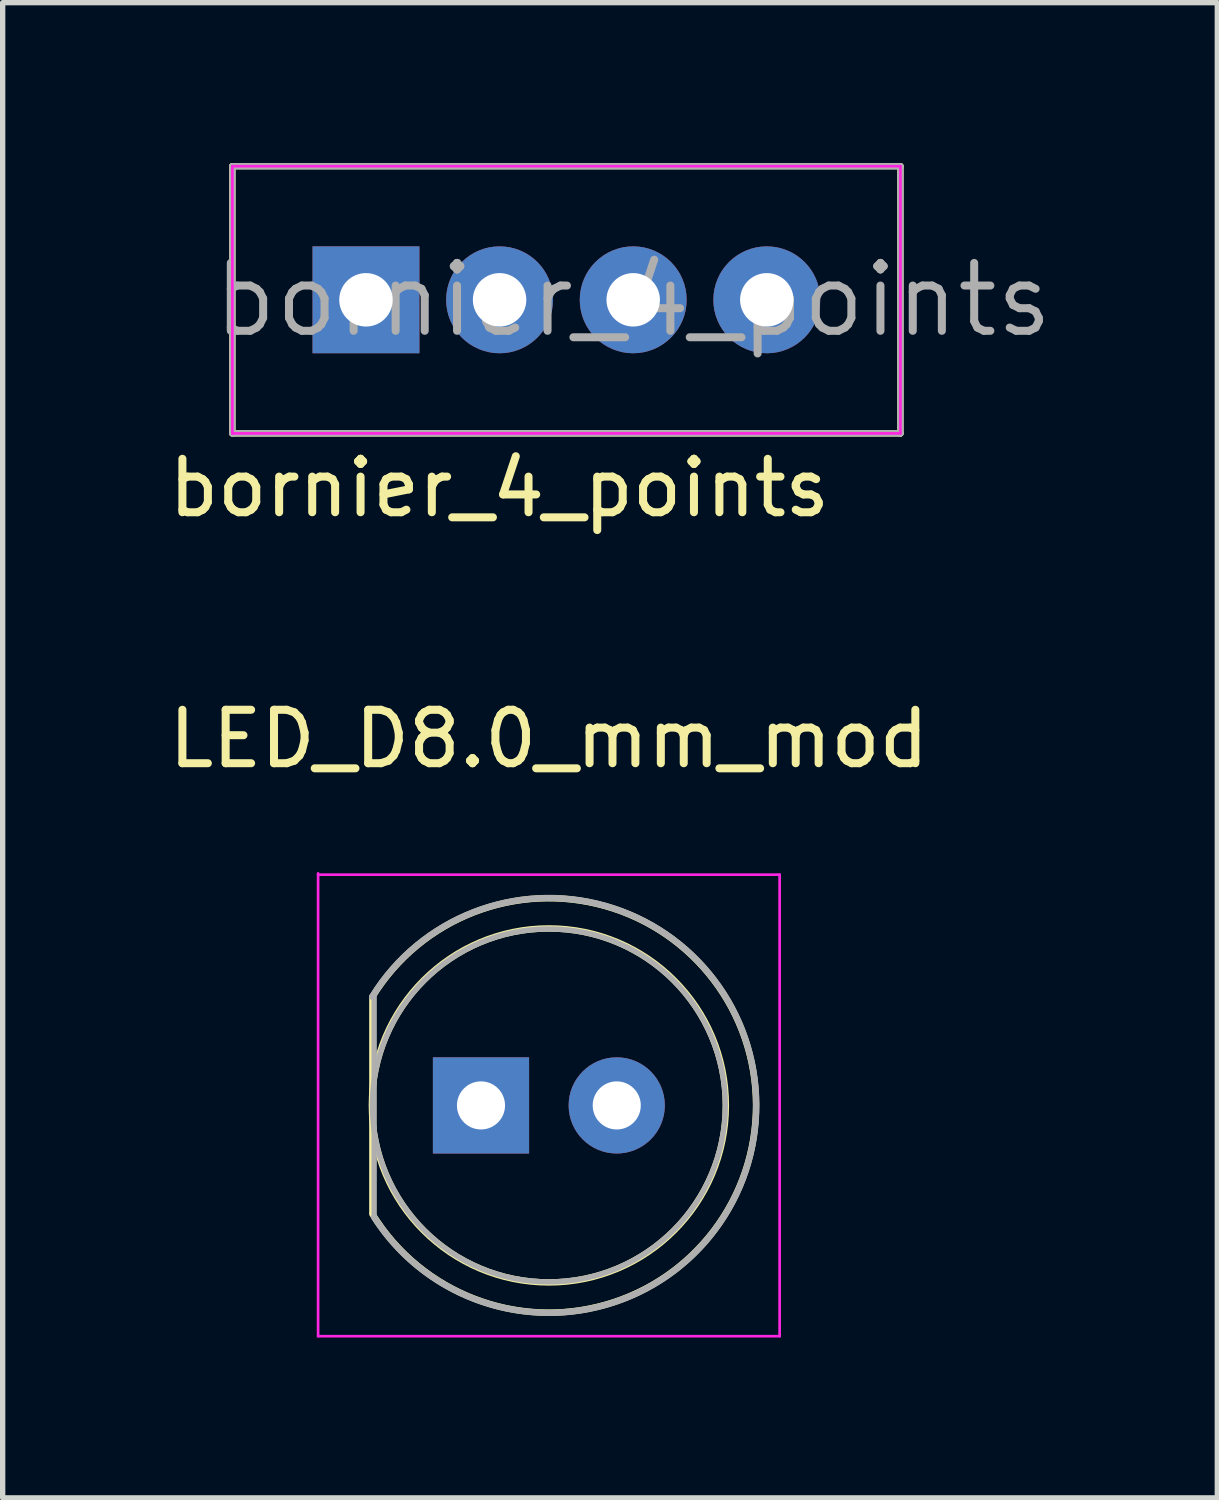
<source format=kicad_pcb>
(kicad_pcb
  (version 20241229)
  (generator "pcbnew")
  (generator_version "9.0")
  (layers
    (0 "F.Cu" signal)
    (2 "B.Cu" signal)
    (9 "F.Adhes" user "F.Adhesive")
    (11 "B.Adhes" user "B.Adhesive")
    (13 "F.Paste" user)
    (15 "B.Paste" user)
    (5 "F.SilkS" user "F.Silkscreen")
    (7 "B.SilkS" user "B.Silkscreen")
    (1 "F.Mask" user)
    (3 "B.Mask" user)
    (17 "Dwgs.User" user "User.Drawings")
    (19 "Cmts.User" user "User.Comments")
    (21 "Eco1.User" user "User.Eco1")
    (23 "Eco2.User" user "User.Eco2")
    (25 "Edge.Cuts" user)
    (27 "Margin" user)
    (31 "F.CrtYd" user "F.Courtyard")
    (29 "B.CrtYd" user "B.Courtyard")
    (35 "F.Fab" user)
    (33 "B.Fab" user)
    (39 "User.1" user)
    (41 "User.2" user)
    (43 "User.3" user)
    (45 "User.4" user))
  (footprint "LED_D8.0_mm_mod"
    (layer "F.Cu")
    (at 5.95 17.634)
    (property "Reference" "LED_D8.0_mm_mod" (at 1.27 -6.858 0) (layer "F.SilkS") (effects (font (size 1 1) (thickness 0.15))))
    (attr through_hole)
    (fp_line (start -2.032 -2.032) (end -2.032 1.998) (stroke (width 0.12) (type solid)) (layer "F.SilkS"))
    (fp_arc (start -2.031999 -2.032) (mid 5.147141 0) (end -2.031999 2.031999) (stroke (width 0.12) (type solid)) (layer "F.SilkS"))
    (fp_circle (center 1.27 0) (end 4.572 0.254) (stroke (width 0.12) (type solid)) (fill no) (layer "F.SilkS"))
    (fp_line (start -3.048 -4.342) (end -3.048 4.318) (stroke (width 0.05) (type solid)) (layer "F.CrtYd"))
    (fp_line (start -3.048 4.318) (end 5.588 4.318) (stroke (width 0.05) (type solid)) (layer "F.CrtYd"))
    (fp_line (start 5.588 -4.318) (end -3.048 -4.318) (stroke (width 0.05) (type solid)) (layer "F.CrtYd"))
    (fp_line (start 5.588 4.318) (end 5.588 -4.318) (stroke (width 0.05) (type solid)) (layer "F.CrtYd"))
    (fp_line (start -1.999 -2.032) (end -1.999 2.091) (stroke (width 0.1) (type solid)) (layer "F.Fab"))
    (fp_arc (start -2.034812 -2.033731) (mid 5.150296 -0.033867) (end -1.998811 2.091105) (stroke (width 0.12) (type solid)) (layer "F.Fab"))
    (fp_circle (center 1.27 0) (end 4.572 0) (stroke (width 0.1) (type solid)) (fill no) (layer "F.Fab"))
    (pad "1" thru_hole rect (at 0 0) (size 1.8 1.8) (drill 0.9) (layers "*.Cu" "*.Mask"))
    (pad "2" thru_hole circle (at 2.54 0) (size 1.8 1.8) (drill 0.9) (layers "*.Cu" "*.Mask")))
  (footprint "bornier_4_points"
    (layer "F.Cu")
    (at 8.798 2.56)
    (property "Reference" "bornier_4_points" (at -2.506 3.52 0) (layer "F.SilkS") (effects (font (size 1 1) (thickness 0.15))))
    (attr through_hole)
    (fp_line (start -7.5 -2.5) (end 5 -2.5) (stroke (width 0.12) (type solid)) (layer "F.SilkS"))
    (fp_line (start -7.5 2.5) (end -7.5 -2.5) (stroke (width 0.12) (type solid)) (layer "F.SilkS"))
    (fp_line (start 5 -2.5) (end 5 2.5) (stroke (width 0.12) (type solid)) (layer "F.SilkS"))
    (fp_line (start 5 2.5) (end -7.5 2.5) (stroke (width 0.12) (type solid)) (layer "F.SilkS"))
    (fp_line (start -7.5 -2.5) (end 5 -2.5) (stroke (width 0.05) (type solid)) (layer "F.CrtYd"))
    (fp_line (start -7.5 2.5) (end -7.5 -2.5) (stroke (width 0.05) (type solid)) (layer "F.CrtYd"))
    (fp_line (start 5 -2.5) (end 5 2.5) (stroke (width 0.05) (type solid)) (layer "F.CrtYd"))
    (fp_line (start 5 2.5) (end -7.5 2.5) (stroke (width 0.05) (type solid)) (layer "F.CrtYd"))
    (fp_line (start -7.5 -2.5) (end 5 -2.5) (stroke (width 0.12) (type solid)) (layer "F.Fab"))
    (fp_line (start -7.5 2.5) (end -7.5 -2.5) (stroke (width 0.12) (type solid)) (layer "F.Fab"))
    (fp_line (start 5 -2.5) (end 5 2.5) (stroke (width 0.12) (type solid)) (layer "F.Fab"))
    (fp_line (start 5 2.5) (end -7.5 2.5) (stroke (width 0.12) (type solid)) (layer "F.Fab"))
    (fp_text user "${REFERENCE}" (at 0 0 0) (layer "F.Fab") (effects (font (size 1.27 1.27) (thickness 0.15))))
    (pad "1" thru_hole rect (at -5 0) (size 2 2) (drill 1) (layers "*.Cu" "*.Mask"))
    (pad "2" thru_hole circle (at -2.5 0) (size 2 2) (drill 1) (layers "*.Cu" "*.Mask"))
    (pad "3" thru_hole circle (at 0 0) (size 2 2) (drill 1) (layers "*.Cu" "*.Mask"))
    (pad "4" thru_hole circle (at 2.5 0) (size 2 2) (drill 1) (layers "*.Cu" "*.Mask")))
  (gr_rect
    (start -3 -3)
    (end 19.728 24.977)
    (stroke (width 0.1) (type default))
    (fill no)
    (layer "Edge.Cuts")))
</source>
